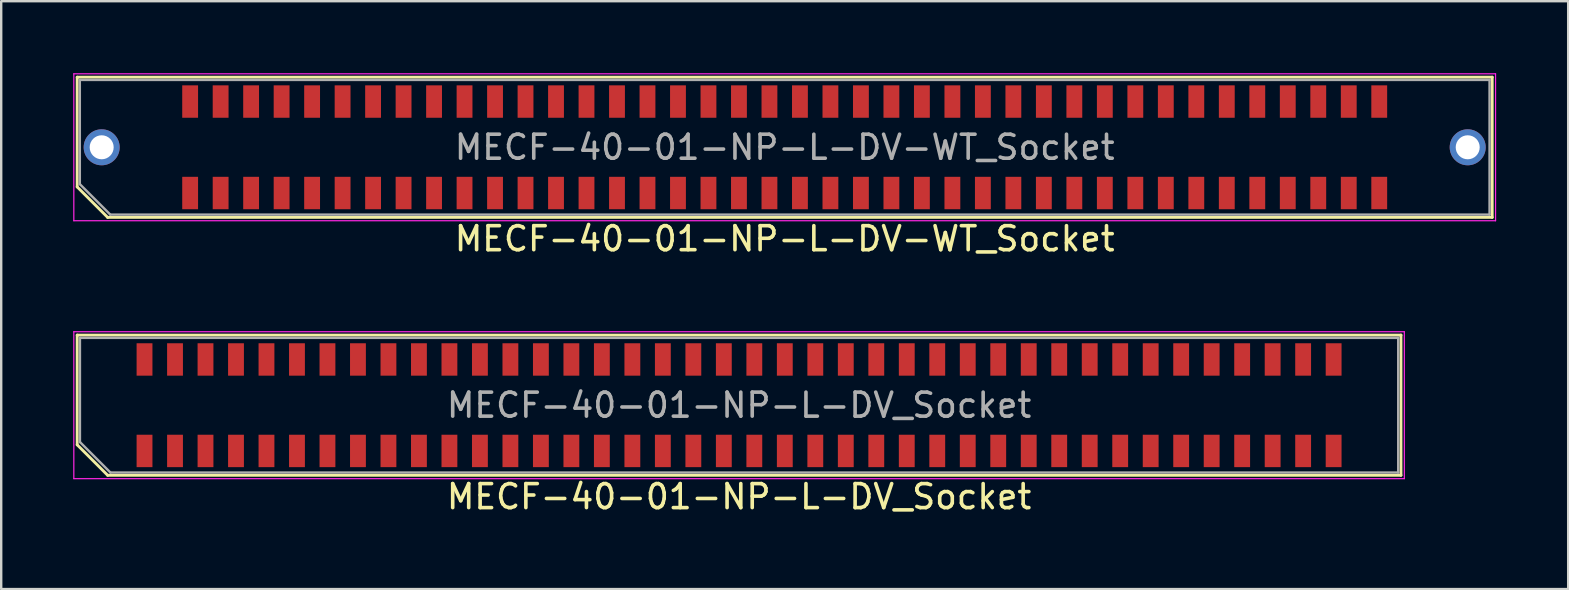
<source format=kicad_pcb>
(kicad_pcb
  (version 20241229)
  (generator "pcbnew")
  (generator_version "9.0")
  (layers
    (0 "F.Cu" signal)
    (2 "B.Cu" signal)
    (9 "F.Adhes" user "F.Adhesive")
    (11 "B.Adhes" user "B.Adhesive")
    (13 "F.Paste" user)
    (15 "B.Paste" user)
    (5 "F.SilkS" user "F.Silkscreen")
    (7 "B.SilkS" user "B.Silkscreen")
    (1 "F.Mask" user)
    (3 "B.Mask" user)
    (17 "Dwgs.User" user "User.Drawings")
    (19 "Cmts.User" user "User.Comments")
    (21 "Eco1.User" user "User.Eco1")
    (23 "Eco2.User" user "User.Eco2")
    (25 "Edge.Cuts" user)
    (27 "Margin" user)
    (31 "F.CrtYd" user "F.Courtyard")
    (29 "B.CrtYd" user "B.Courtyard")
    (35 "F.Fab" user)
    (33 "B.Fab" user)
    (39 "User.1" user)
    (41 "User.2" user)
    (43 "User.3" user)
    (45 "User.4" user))
  (footprint "MECF-40-01-NP-L-DV-WT_Socket"
    (layer "F.Cu")
    (at 29.635 3.085)
    (property "Reference" "MECF-40-01-NP-L-DV-WT_Socket" (at 0 3.81 0) (layer "F.SilkS") (effects (font (size 1 1) (thickness 0.15))))
    (attr smd)
    (fp_line (start -29.47 -2.92) (end 29.47 -2.92) (stroke (width 0.12) (type solid)) (layer "F.SilkS"))
    (fp_line (start -29.47 1.65) (end -29.47 -2.92) (stroke (width 0.12) (type solid)) (layer "F.SilkS"))
    (fp_line (start -28.2 2.92) (end -29.47 1.65) (stroke (width 0.12) (type solid)) (layer "F.SilkS"))
    (fp_line (start -28.2 2.92) (end 29.47 2.92) (stroke (width 0.12) (type solid)) (layer "F.SilkS"))
    (fp_line (start 29.47 2.92) (end 29.47 -2.92) (stroke (width 0.12) (type solid)) (layer "F.SilkS"))
    (fp_line (start -29.61 -3.06) (end -29.61 3.06) (stroke (width 0.05) (type solid)) (layer "F.CrtYd"))
    (fp_line (start -29.61 3.06) (end 29.61 3.06) (stroke (width 0.05) (type solid)) (layer "F.CrtYd"))
    (fp_line (start 29.61 -3.06) (end -29.61 -3.06) (stroke (width 0.05) (type solid)) (layer "F.CrtYd"))
    (fp_line (start 29.61 3.06) (end 29.61 -3.06) (stroke (width 0.05) (type solid)) (layer "F.CrtYd"))
    (fp_line (start -29.36 -2.805) (end 29.36 -2.805) (stroke (width 0.1) (type solid)) (layer "F.Fab"))
    (fp_line (start -29.36 1.535) (end -29.36 -2.805) (stroke (width 0.1) (type solid)) (layer "F.Fab"))
    (fp_line (start -29.36 1.535) (end -28.09 2.805) (stroke (width 0.1) (type solid)) (layer "F.Fab"))
    (fp_line (start -28.09 2.805) (end 29.36 2.805) (stroke (width 0.1) (type solid)) (layer "F.Fab"))
    (fp_line (start 29.36 2.805) (end 29.36 -2.805) (stroke (width 0.1) (type solid)) (layer "F.Fab"))
    (fp_text user "${REFERENCE}" (at 0 0 0) (layer "F.Fab") (effects (font (size 1 1) (thickness 0.15))))
    (pad "" thru_hole circle (at -28.45 0) (size 1.5 1.5) (drill 1) (layers "*.Cu" "*.Mask"))
    (pad "" np_thru_hole circle (at -26.545 0) (size 0.001 0.001) (drill 1.45) (layers "*.Cu" "*.Mask"))
    (pad "" np_thru_hole circle (at 26.545 1) (size 0.001 0.001) (drill 1.45) (layers "*.Cu" "*.Mask"))
    (pad "" thru_hole circle (at 28.45 0) (size 1.5 1.5) (drill 1) (layers "*.Cu" "*.Mask"))
    (pad "1" smd rect (at -24.765 1.905) (size 0.66 1.35) (layers "F.Cu" "F.Mask" "F.Paste"))
    (pad "2" smd rect (at -24.765 -1.905) (size 0.66 1.35) (layers "F.Cu" "F.Mask" "F.Paste"))
    (pad "3" smd rect (at -23.495 1.905) (size 0.66 1.35) (layers "F.Cu" "F.Mask" "F.Paste"))
    (pad "4" smd rect (at -23.495 -1.905) (size 0.66 1.35) (layers "F.Cu" "F.Mask" "F.Paste"))
    (pad "5" smd rect (at -22.225 1.905) (size 0.66 1.35) (layers "F.Cu" "F.Mask" "F.Paste"))
    (pad "6" smd rect (at -22.225 -1.905) (size 0.66 1.35) (layers "F.Cu" "F.Mask" "F.Paste"))
    (pad "7" smd rect (at -20.955 1.905) (size 0.66 1.35) (layers "F.Cu" "F.Mask" "F.Paste"))
    (pad "8" smd rect (at -20.955 -1.905) (size 0.66 1.35) (layers "F.Cu" "F.Mask" "F.Paste"))
    (pad "9" smd rect (at -19.685 1.905) (size 0.66 1.35) (layers "F.Cu" "F.Mask" "F.Paste"))
    (pad "10" smd rect (at -19.685 -1.905) (size 0.66 1.35) (layers "F.Cu" "F.Mask" "F.Paste"))
    (pad "11" smd rect (at -18.415 1.905) (size 0.66 1.35) (layers "F.Cu" "F.Mask" "F.Paste"))
    (pad "12" smd rect (at -18.415 -1.905) (size 0.66 1.35) (layers "F.Cu" "F.Mask" "F.Paste"))
    (pad "13" smd rect (at -17.145 1.905) (size 0.66 1.35) (layers "F.Cu" "F.Mask" "F.Paste"))
    (pad "14" smd rect (at -17.145 -1.905) (size 0.66 1.35) (layers "F.Cu" "F.Mask" "F.Paste"))
    (pad "15" smd rect (at -15.875 1.905) (size 0.66 1.35) (layers "F.Cu" "F.Mask" "F.Paste"))
    (pad "16" smd rect (at -15.875 -1.905) (size 0.66 1.35) (layers "F.Cu" "F.Mask" "F.Paste"))
    (pad "17" smd rect (at -14.605 1.905) (size 0.66 1.35) (layers "F.Cu" "F.Mask" "F.Paste"))
    (pad "18" smd rect (at -14.605 -1.905) (size 0.66 1.35) (layers "F.Cu" "F.Mask" "F.Paste"))
    (pad "19" smd rect (at -13.335 1.905) (size 0.66 1.35) (layers "F.Cu" "F.Mask" "F.Paste"))
    (pad "20" smd rect (at -13.335 -1.905) (size 0.66 1.35) (layers "F.Cu" "F.Mask" "F.Paste"))
    (pad "21" smd rect (at -12.065 1.905) (size 0.66 1.35) (layers "F.Cu" "F.Mask" "F.Paste"))
    (pad "22" smd rect (at -12.065 -1.905) (size 0.66 1.35) (layers "F.Cu" "F.Mask" "F.Paste"))
    (pad "23" smd rect (at -10.795 1.905) (size 0.66 1.35) (layers "F.Cu" "F.Mask" "F.Paste"))
    (pad "24" smd rect (at -10.795 -1.905) (size 0.66 1.35) (layers "F.Cu" "F.Mask" "F.Paste"))
    (pad "25" smd rect (at -9.525 1.905) (size 0.66 1.35) (layers "F.Cu" "F.Mask" "F.Paste"))
    (pad "26" smd rect (at -9.525 -1.905) (size 0.66 1.35) (layers "F.Cu" "F.Mask" "F.Paste"))
    (pad "27" smd rect (at -8.255 1.905) (size 0.66 1.35) (layers "F.Cu" "F.Mask" "F.Paste"))
    (pad "28" smd rect (at -8.255 -1.905) (size 0.66 1.35) (layers "F.Cu" "F.Mask" "F.Paste"))
    (pad "29" smd rect (at -6.985 1.905) (size 0.66 1.35) (layers "F.Cu" "F.Mask" "F.Paste"))
    (pad "30" smd rect (at -6.985 -1.905) (size 0.66 1.35) (layers "F.Cu" "F.Mask" "F.Paste"))
    (pad "31" smd rect (at -5.715 1.905) (size 0.66 1.35) (layers "F.Cu" "F.Mask" "F.Paste"))
    (pad "32" smd rect (at -5.715 -1.905) (size 0.66 1.35) (layers "F.Cu" "F.Mask" "F.Paste"))
    (pad "33" smd rect (at -4.445 1.905) (size 0.66 1.35) (layers "F.Cu" "F.Mask" "F.Paste"))
    (pad "34" smd rect (at -4.445 -1.905) (size 0.66 1.35) (layers "F.Cu" "F.Mask" "F.Paste"))
    (pad "35" smd rect (at -3.175 1.905) (size 0.66 1.35) (layers "F.Cu" "F.Mask" "F.Paste"))
    (pad "36" smd rect (at -3.175 -1.905) (size 0.66 1.35) (layers "F.Cu" "F.Mask" "F.Paste"))
    (pad "37" smd rect (at -1.905 1.905) (size 0.66 1.35) (layers "F.Cu" "F.Mask" "F.Paste"))
    (pad "38" smd rect (at -1.905 -1.905) (size 0.66 1.35) (layers "F.Cu" "F.Mask" "F.Paste"))
    (pad "39" smd rect (at -0.635 1.905) (size 0.66 1.35) (layers "F.Cu" "F.Mask" "F.Paste"))
    (pad "40" smd rect (at -0.635 -1.905) (size 0.66 1.35) (layers "F.Cu" "F.Mask" "F.Paste"))
    (pad "41" smd rect (at 0.635 1.905) (size 0.66 1.35) (layers "F.Cu" "F.Mask" "F.Paste"))
    (pad "42" smd rect (at 0.635 -1.905) (size 0.66 1.35) (layers "F.Cu" "F.Mask" "F.Paste"))
    (pad "43" smd rect (at 1.905 1.905) (size 0.66 1.35) (layers "F.Cu" "F.Mask" "F.Paste"))
    (pad "44" smd rect (at 1.905 -1.905) (size 0.66 1.35) (layers "F.Cu" "F.Mask" "F.Paste"))
    (pad "45" smd rect (at 3.175 1.905) (size 0.66 1.35) (layers "F.Cu" "F.Mask" "F.Paste"))
    (pad "46" smd rect (at 3.175 -1.905) (size 0.66 1.35) (layers "F.Cu" "F.Mask" "F.Paste"))
    (pad "47" smd rect (at 4.445 1.905) (size 0.66 1.35) (layers "F.Cu" "F.Mask" "F.Paste"))
    (pad "48" smd rect (at 4.445 -1.905) (size 0.66 1.35) (layers "F.Cu" "F.Mask" "F.Paste"))
    (pad "49" smd rect (at 5.715 1.905) (size 0.66 1.35) (layers "F.Cu" "F.Mask" "F.Paste"))
    (pad "50" smd rect (at 5.715 -1.905) (size 0.66 1.35) (layers "F.Cu" "F.Mask" "F.Paste"))
    (pad "51" smd rect (at 6.985 1.905) (size 0.66 1.35) (layers "F.Cu" "F.Mask" "F.Paste"))
    (pad "52" smd rect (at 6.985 -1.905) (size 0.66 1.35) (layers "F.Cu" "F.Mask" "F.Paste"))
    (pad "53" smd rect (at 8.255 1.905) (size 0.66 1.35) (layers "F.Cu" "F.Mask" "F.Paste"))
    (pad "54" smd rect (at 8.255 -1.905) (size 0.66 1.35) (layers "F.Cu" "F.Mask" "F.Paste"))
    (pad "55" smd rect (at 9.525 1.905) (size 0.66 1.35) (layers "F.Cu" "F.Mask" "F.Paste"))
    (pad "56" smd rect (at 9.525 -1.905) (size 0.66 1.35) (layers "F.Cu" "F.Mask" "F.Paste"))
    (pad "57" smd rect (at 10.795 1.905) (size 0.66 1.35) (layers "F.Cu" "F.Mask" "F.Paste"))
    (pad "58" smd rect (at 10.795 -1.905) (size 0.66 1.35) (layers "F.Cu" "F.Mask" "F.Paste"))
    (pad "59" smd rect (at 12.065 1.905) (size 0.66 1.35) (layers "F.Cu" "F.Mask" "F.Paste"))
    (pad "60" smd rect (at 12.065 -1.905) (size 0.66 1.35) (layers "F.Cu" "F.Mask" "F.Paste"))
    (pad "61" smd rect (at 13.335 1.905) (size 0.66 1.35) (layers "F.Cu" "F.Mask" "F.Paste"))
    (pad "62" smd rect (at 13.335 -1.905) (size 0.66 1.35) (layers "F.Cu" "F.Mask" "F.Paste"))
    (pad "63" smd rect (at 14.605 1.905) (size 0.66 1.35) (layers "F.Cu" "F.Mask" "F.Paste"))
    (pad "64" smd rect (at 14.605 -1.905) (size 0.66 1.35) (layers "F.Cu" "F.Mask" "F.Paste"))
    (pad "65" smd rect (at 15.875 1.905) (size 0.66 1.35) (layers "F.Cu" "F.Mask" "F.Paste"))
    (pad "66" smd rect (at 15.875 -1.905) (size 0.66 1.35) (layers "F.Cu" "F.Mask" "F.Paste"))
    (pad "67" smd rect (at 17.145 1.905) (size 0.66 1.35) (layers "F.Cu" "F.Mask" "F.Paste"))
    (pad "68" smd rect (at 17.145 -1.905) (size 0.66 1.35) (layers "F.Cu" "F.Mask" "F.Paste"))
    (pad "69" smd rect (at 18.415 1.905) (size 0.66 1.35) (layers "F.Cu" "F.Mask" "F.Paste"))
    (pad "70" smd rect (at 18.415 -1.905) (size 0.66 1.35) (layers "F.Cu" "F.Mask" "F.Paste"))
    (pad "71" smd rect (at 19.685 1.905) (size 0.66 1.35) (layers "F.Cu" "F.Mask" "F.Paste"))
    (pad "72" smd rect (at 19.685 -1.905) (size 0.66 1.35) (layers "F.Cu" "F.Mask" "F.Paste"))
    (pad "73" smd rect (at 20.955 1.905) (size 0.66 1.35) (layers "F.Cu" "F.Mask" "F.Paste"))
    (pad "74" smd rect (at 20.955 -1.905) (size 0.66 1.35) (layers "F.Cu" "F.Mask" "F.Paste"))
    (pad "75" smd rect (at 22.225 1.905) (size 0.66 1.35) (layers "F.Cu" "F.Mask" "F.Paste"))
    (pad "76" smd rect (at 22.225 -1.905) (size 0.66 1.35) (layers "F.Cu" "F.Mask" "F.Paste"))
    (pad "77" smd rect (at 23.495 1.905) (size 0.66 1.35) (layers "F.Cu" "F.Mask" "F.Paste"))
    (pad "78" smd rect (at 23.495 -1.905) (size 0.66 1.35) (layers "F.Cu" "F.Mask" "F.Paste"))
    (pad "79" smd rect (at 24.765 1.905) (size 0.66 1.35) (layers "F.Cu" "F.Mask" "F.Paste"))
    (pad "80" smd rect (at 24.765 -1.905) (size 0.66 1.35) (layers "F.Cu" "F.Mask" "F.Paste")))
  (footprint "MECF-40-01-NP-L-DV_Socket"
    (layer "F.Cu")
    (at 27.735 13.828)
    (property "Reference" "MECF-40-01-NP-L-DV_Socket" (at 0 3.81 0) (layer "F.SilkS") (effects (font (size 1 1) (thickness 0.15))))
    (attr smd)
    (fp_line (start -27.57 -2.92) (end 27.57 -2.92) (stroke (width 0.12) (type solid)) (layer "F.SilkS"))
    (fp_line (start -27.57 1.65) (end -27.57 -2.92) (stroke (width 0.12) (type solid)) (layer "F.SilkS"))
    (fp_line (start -26.3 2.92) (end -27.57 1.65) (stroke (width 0.12) (type solid)) (layer "F.SilkS"))
    (fp_line (start -26.3 2.92) (end 27.57 2.92) (stroke (width 0.12) (type solid)) (layer "F.SilkS"))
    (fp_line (start 27.57 2.92) (end 27.57 -2.92) (stroke (width 0.12) (type solid)) (layer "F.SilkS"))
    (fp_line (start -27.71 -3.06) (end -27.71 3.06) (stroke (width 0.05) (type solid)) (layer "F.CrtYd"))
    (fp_line (start -27.71 3.06) (end 27.71 3.06) (stroke (width 0.05) (type solid)) (layer "F.CrtYd"))
    (fp_line (start 27.71 -3.06) (end -27.71 -3.06) (stroke (width 0.05) (type solid)) (layer "F.CrtYd"))
    (fp_line (start 27.71 3.06) (end 27.71 -3.06) (stroke (width 0.05) (type solid)) (layer "F.CrtYd"))
    (fp_line (start -27.455 -2.805) (end 27.455 -2.805) (stroke (width 0.1) (type solid)) (layer "F.Fab"))
    (fp_line (start -27.455 1.535) (end -27.455 -2.805) (stroke (width 0.1) (type solid)) (layer "F.Fab"))
    (fp_line (start -27.455 1.535) (end -26.185 2.805) (stroke (width 0.1) (type solid)) (layer "F.Fab"))
    (fp_line (start -26.185 2.805) (end 27.455 2.805) (stroke (width 0.1) (type solid)) (layer "F.Fab"))
    (fp_line (start 27.455 2.805) (end 27.455 -2.805) (stroke (width 0.1) (type solid)) (layer "F.Fab"))
    (fp_text user "${REFERENCE}" (at 0 0 0) (layer "F.Fab") (effects (font (size 1 1) (thickness 0.15))))
    (pad "" np_thru_hole circle (at -26.545 0) (size 0.001 0.001) (drill 1.45) (layers "*.Cu" "*.Mask"))
    (pad "" np_thru_hole circle (at 26.545 1) (size 0.001 0.001) (drill 1.45) (layers "*.Cu" "*.Mask"))
    (pad "1" smd rect (at -24.765 1.905) (size 0.66 1.35) (layers "F.Cu" "F.Mask" "F.Paste"))
    (pad "2" smd rect (at -24.765 -1.905) (size 0.66 1.35) (layers "F.Cu" "F.Mask" "F.Paste"))
    (pad "3" smd rect (at -23.495 1.905) (size 0.66 1.35) (layers "F.Cu" "F.Mask" "F.Paste"))
    (pad "4" smd rect (at -23.495 -1.905) (size 0.66 1.35) (layers "F.Cu" "F.Mask" "F.Paste"))
    (pad "5" smd rect (at -22.225 1.905) (size 0.66 1.35) (layers "F.Cu" "F.Mask" "F.Paste"))
    (pad "6" smd rect (at -22.225 -1.905) (size 0.66 1.35) (layers "F.Cu" "F.Mask" "F.Paste"))
    (pad "7" smd rect (at -20.955 1.905) (size 0.66 1.35) (layers "F.Cu" "F.Mask" "F.Paste"))
    (pad "8" smd rect (at -20.955 -1.905) (size 0.66 1.35) (layers "F.Cu" "F.Mask" "F.Paste"))
    (pad "9" smd rect (at -19.685 1.905) (size 0.66 1.35) (layers "F.Cu" "F.Mask" "F.Paste"))
    (pad "10" smd rect (at -19.685 -1.905) (size 0.66 1.35) (layers "F.Cu" "F.Mask" "F.Paste"))
    (pad "11" smd rect (at -18.415 1.905) (size 0.66 1.35) (layers "F.Cu" "F.Mask" "F.Paste"))
    (pad "12" smd rect (at -18.415 -1.905) (size 0.66 1.35) (layers "F.Cu" "F.Mask" "F.Paste"))
    (pad "13" smd rect (at -17.145 1.905) (size 0.66 1.35) (layers "F.Cu" "F.Mask" "F.Paste"))
    (pad "14" smd rect (at -17.145 -1.905) (size 0.66 1.35) (layers "F.Cu" "F.Mask" "F.Paste"))
    (pad "15" smd rect (at -15.875 1.905) (size 0.66 1.35) (layers "F.Cu" "F.Mask" "F.Paste"))
    (pad "16" smd rect (at -15.875 -1.905) (size 0.66 1.35) (layers "F.Cu" "F.Mask" "F.Paste"))
    (pad "17" smd rect (at -14.605 1.905) (size 0.66 1.35) (layers "F.Cu" "F.Mask" "F.Paste"))
    (pad "18" smd rect (at -14.605 -1.905) (size 0.66 1.35) (layers "F.Cu" "F.Mask" "F.Paste"))
    (pad "19" smd rect (at -13.335 1.905) (size 0.66 1.35) (layers "F.Cu" "F.Mask" "F.Paste"))
    (pad "20" smd rect (at -13.335 -1.905) (size 0.66 1.35) (layers "F.Cu" "F.Mask" "F.Paste"))
    (pad "21" smd rect (at -12.065 1.905) (size 0.66 1.35) (layers "F.Cu" "F.Mask" "F.Paste"))
    (pad "22" smd rect (at -12.065 -1.905) (size 0.66 1.35) (layers "F.Cu" "F.Mask" "F.Paste"))
    (pad "23" smd rect (at -10.795 1.905) (size 0.66 1.35) (layers "F.Cu" "F.Mask" "F.Paste"))
    (pad "24" smd rect (at -10.795 -1.905) (size 0.66 1.35) (layers "F.Cu" "F.Mask" "F.Paste"))
    (pad "25" smd rect (at -9.525 1.905) (size 0.66 1.35) (layers "F.Cu" "F.Mask" "F.Paste"))
    (pad "26" smd rect (at -9.525 -1.905) (size 0.66 1.35) (layers "F.Cu" "F.Mask" "F.Paste"))
    (pad "27" smd rect (at -8.255 1.905) (size 0.66 1.35) (layers "F.Cu" "F.Mask" "F.Paste"))
    (pad "28" smd rect (at -8.255 -1.905) (size 0.66 1.35) (layers "F.Cu" "F.Mask" "F.Paste"))
    (pad "29" smd rect (at -6.985 1.905) (size 0.66 1.35) (layers "F.Cu" "F.Mask" "F.Paste"))
    (pad "30" smd rect (at -6.985 -1.905) (size 0.66 1.35) (layers "F.Cu" "F.Mask" "F.Paste"))
    (pad "31" smd rect (at -5.715 1.905) (size 0.66 1.35) (layers "F.Cu" "F.Mask" "F.Paste"))
    (pad "32" smd rect (at -5.715 -1.905) (size 0.66 1.35) (layers "F.Cu" "F.Mask" "F.Paste"))
    (pad "33" smd rect (at -4.445 1.905) (size 0.66 1.35) (layers "F.Cu" "F.Mask" "F.Paste"))
    (pad "34" smd rect (at -4.445 -1.905) (size 0.66 1.35) (layers "F.Cu" "F.Mask" "F.Paste"))
    (pad "35" smd rect (at -3.175 1.905) (size 0.66 1.35) (layers "F.Cu" "F.Mask" "F.Paste"))
    (pad "36" smd rect (at -3.175 -1.905) (size 0.66 1.35) (layers "F.Cu" "F.Mask" "F.Paste"))
    (pad "37" smd rect (at -1.905 1.905) (size 0.66 1.35) (layers "F.Cu" "F.Mask" "F.Paste"))
    (pad "38" smd rect (at -1.905 -1.905) (size 0.66 1.35) (layers "F.Cu" "F.Mask" "F.Paste"))
    (pad "39" smd rect (at -0.635 1.905) (size 0.66 1.35) (layers "F.Cu" "F.Mask" "F.Paste"))
    (pad "40" smd rect (at -0.635 -1.905) (size 0.66 1.35) (layers "F.Cu" "F.Mask" "F.Paste"))
    (pad "41" smd rect (at 0.635 1.905) (size 0.66 1.35) (layers "F.Cu" "F.Mask" "F.Paste"))
    (pad "42" smd rect (at 0.635 -1.905) (size 0.66 1.35) (layers "F.Cu" "F.Mask" "F.Paste"))
    (pad "43" smd rect (at 1.905 1.905) (size 0.66 1.35) (layers "F.Cu" "F.Mask" "F.Paste"))
    (pad "44" smd rect (at 1.905 -1.905) (size 0.66 1.35) (layers "F.Cu" "F.Mask" "F.Paste"))
    (pad "45" smd rect (at 3.175 1.905) (size 0.66 1.35) (layers "F.Cu" "F.Mask" "F.Paste"))
    (pad "46" smd rect (at 3.175 -1.905) (size 0.66 1.35) (layers "F.Cu" "F.Mask" "F.Paste"))
    (pad "47" smd rect (at 4.445 1.905) (size 0.66 1.35) (layers "F.Cu" "F.Mask" "F.Paste"))
    (pad "48" smd rect (at 4.445 -1.905) (size 0.66 1.35) (layers "F.Cu" "F.Mask" "F.Paste"))
    (pad "49" smd rect (at 5.715 1.905) (size 0.66 1.35) (layers "F.Cu" "F.Mask" "F.Paste"))
    (pad "50" smd rect (at 5.715 -1.905) (size 0.66 1.35) (layers "F.Cu" "F.Mask" "F.Paste"))
    (pad "51" smd rect (at 6.985 1.905) (size 0.66 1.35) (layers "F.Cu" "F.Mask" "F.Paste"))
    (pad "52" smd rect (at 6.985 -1.905) (size 0.66 1.35) (layers "F.Cu" "F.Mask" "F.Paste"))
    (pad "53" smd rect (at 8.255 1.905) (size 0.66 1.35) (layers "F.Cu" "F.Mask" "F.Paste"))
    (pad "54" smd rect (at 8.255 -1.905) (size 0.66 1.35) (layers "F.Cu" "F.Mask" "F.Paste"))
    (pad "55" smd rect (at 9.525 1.905) (size 0.66 1.35) (layers "F.Cu" "F.Mask" "F.Paste"))
    (pad "56" smd rect (at 9.525 -1.905) (size 0.66 1.35) (layers "F.Cu" "F.Mask" "F.Paste"))
    (pad "57" smd rect (at 10.795 1.905) (size 0.66 1.35) (layers "F.Cu" "F.Mask" "F.Paste"))
    (pad "58" smd rect (at 10.795 -1.905) (size 0.66 1.35) (layers "F.Cu" "F.Mask" "F.Paste"))
    (pad "59" smd rect (at 12.065 1.905) (size 0.66 1.35) (layers "F.Cu" "F.Mask" "F.Paste"))
    (pad "60" smd rect (at 12.065 -1.905) (size 0.66 1.35) (layers "F.Cu" "F.Mask" "F.Paste"))
    (pad "61" smd rect (at 13.335 1.905) (size 0.66 1.35) (layers "F.Cu" "F.Mask" "F.Paste"))
    (pad "62" smd rect (at 13.335 -1.905) (size 0.66 1.35) (layers "F.Cu" "F.Mask" "F.Paste"))
    (pad "63" smd rect (at 14.605 1.905) (size 0.66 1.35) (layers "F.Cu" "F.Mask" "F.Paste"))
    (pad "64" smd rect (at 14.605 -1.905) (size 0.66 1.35) (layers "F.Cu" "F.Mask" "F.Paste"))
    (pad "65" smd rect (at 15.875 1.905) (size 0.66 1.35) (layers "F.Cu" "F.Mask" "F.Paste"))
    (pad "66" smd rect (at 15.875 -1.905) (size 0.66 1.35) (layers "F.Cu" "F.Mask" "F.Paste"))
    (pad "67" smd rect (at 17.145 1.905) (size 0.66 1.35) (layers "F.Cu" "F.Mask" "F.Paste"))
    (pad "68" smd rect (at 17.145 -1.905) (size 0.66 1.35) (layers "F.Cu" "F.Mask" "F.Paste"))
    (pad "69" smd rect (at 18.415 1.905) (size 0.66 1.35) (layers "F.Cu" "F.Mask" "F.Paste"))
    (pad "70" smd rect (at 18.415 -1.905) (size 0.66 1.35) (layers "F.Cu" "F.Mask" "F.Paste"))
    (pad "71" smd rect (at 19.685 1.905) (size 0.66 1.35) (layers "F.Cu" "F.Mask" "F.Paste"))
    (pad "72" smd rect (at 19.685 -1.905) (size 0.66 1.35) (layers "F.Cu" "F.Mask" "F.Paste"))
    (pad "73" smd rect (at 20.955 1.905) (size 0.66 1.35) (layers "F.Cu" "F.Mask" "F.Paste"))
    (pad "74" smd rect (at 20.955 -1.905) (size 0.66 1.35) (layers "F.Cu" "F.Mask" "F.Paste"))
    (pad "75" smd rect (at 22.225 1.905) (size 0.66 1.35) (layers "F.Cu" "F.Mask" "F.Paste"))
    (pad "76" smd rect (at 22.225 -1.905) (size 0.66 1.35) (layers "F.Cu" "F.Mask" "F.Paste"))
    (pad "77" smd rect (at 23.495 1.905) (size 0.66 1.35) (layers "F.Cu" "F.Mask" "F.Paste"))
    (pad "78" smd rect (at 23.495 -1.905) (size 0.66 1.35) (layers "F.Cu" "F.Mask" "F.Paste"))
    (pad "79" smd rect (at 24.765 1.905) (size 0.66 1.35) (layers "F.Cu" "F.Mask" "F.Paste"))
    (pad "80" smd rect (at 24.765 -1.905) (size 0.66 1.35) (layers "F.Cu" "F.Mask" "F.Paste")))
  (gr_rect
    (start -3 -3)
    (end 62.27 21.486)
    (stroke (width 0.1) (type default))
    (fill no)
    (layer "Edge.Cuts")))
</source>
